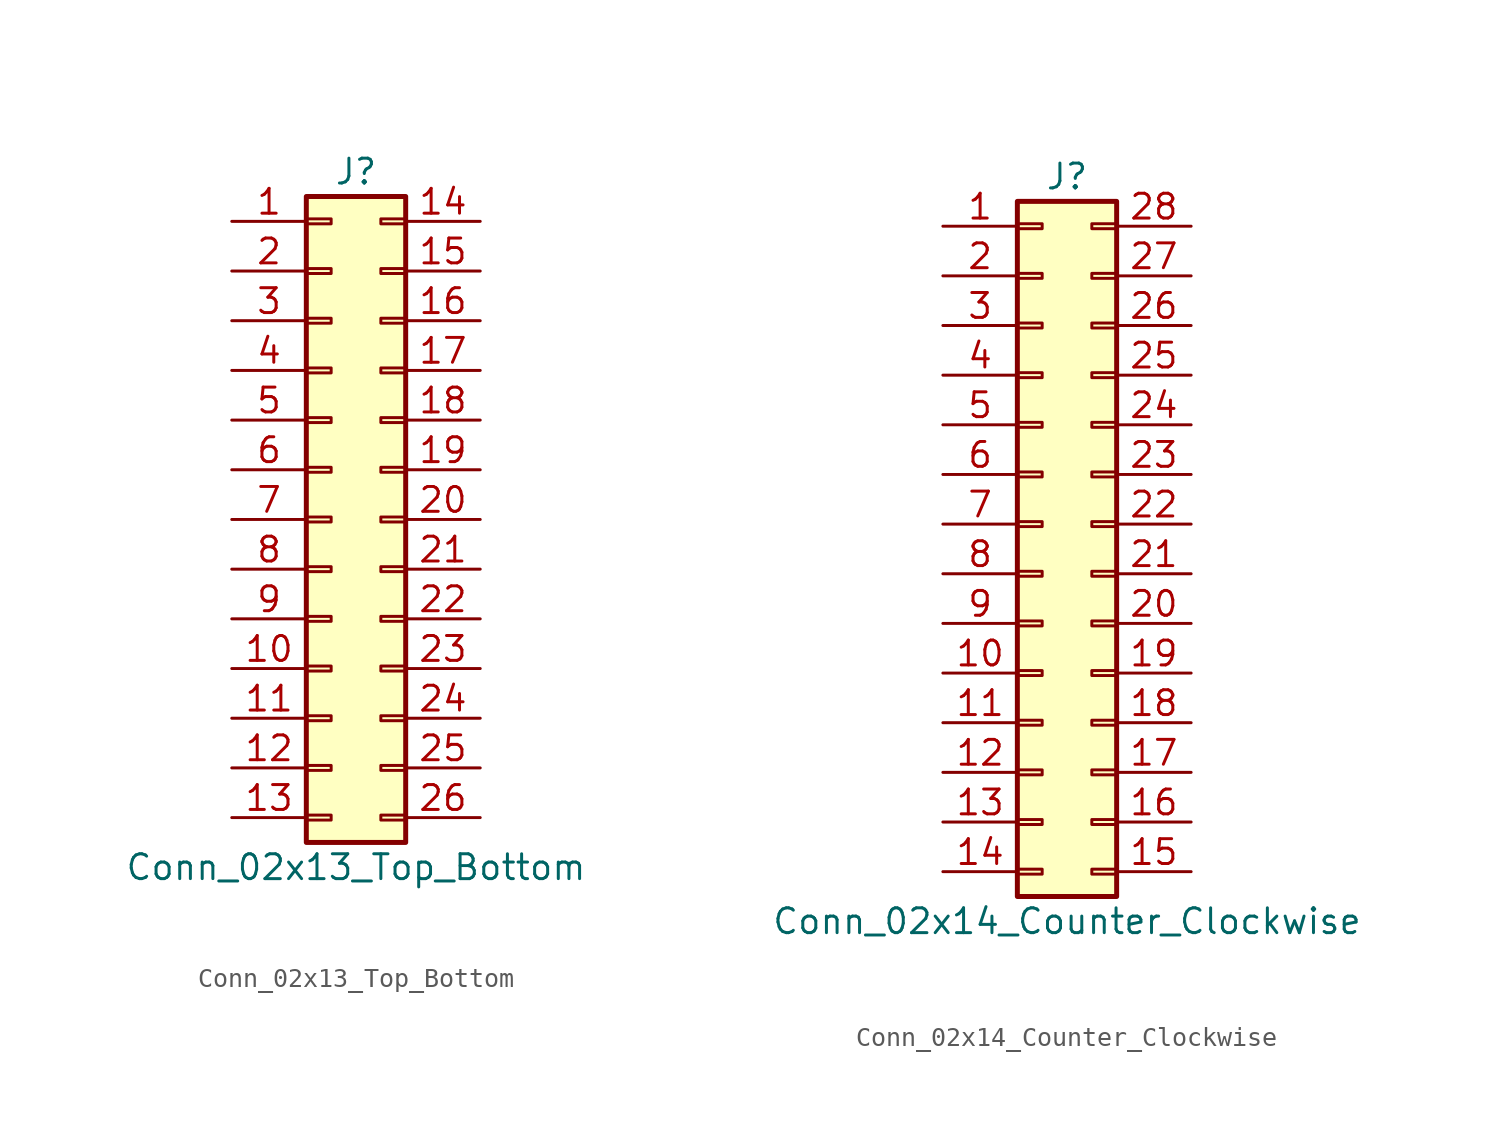
<source format=kicad_sym>
(kicad_symbol_lib
  (version 20201005)
  (generator kicad_symbol_editor)
  (symbol "Conn_02x13_Top_Bottom"
    (pin_names
      (offset 1.016) hide)
    (property "Reference" "J"
      (at 1.27 17.78 0)
      (effects (font (size 1.27 1.27))))
    (property "Value" "Conn_02x13_Top_Bottom"
      (at 1.27 -17.78 0)
      (effects (font (size 1.27 1.27))))
    (symbol "Conn_02x13_Top_Bottom_1_1"
      (rectangle (start -1.27 -15.113) (end 0 -15.367) (stroke (width 0.152)) (fill (type none)))
      (rectangle (start -1.27 -12.573) (end 0 -12.827) (stroke (width 0.152)) (fill (type none)))
      (rectangle (start -1.27 -10.033) (end 0 -10.287) (stroke (width 0.152)) (fill (type none)))
      (rectangle (start -1.27 -7.493) (end 0 -7.747) (stroke (width 0.152)) (fill (type none)))
      (rectangle (start -1.27 -4.953) (end 0 -5.207) (stroke (width 0.152)) (fill (type none)))
      (rectangle (start -1.27 -2.413) (end 0 -2.667) (stroke (width 0.152)) (fill (type none)))
      (rectangle (start -1.27 0.127) (end 0 -0.127) (stroke (width 0.152)) (fill (type none)))
      (rectangle (start -1.27 2.667) (end 0 2.413) (stroke (width 0.152)) (fill (type none)))
      (rectangle (start -1.27 5.207) (end 0 4.953) (stroke (width 0.152)) (fill (type none)))
      (rectangle (start -1.27 7.747) (end 0 7.493) (stroke (width 0.152)) (fill (type none)))
      (rectangle (start -1.27 10.287) (end 0 10.033) (stroke (width 0.152)) (fill (type none)))
      (rectangle (start -1.27 12.827) (end 0 12.573) (stroke (width 0.152)) (fill (type none)))
      (rectangle (start -1.27 15.367) (end 0 15.113) (stroke (width 0.152)) (fill (type none)))
      (rectangle (start 3.81 -15.113) (end 2.54 -15.367) (stroke (width 0.152)) (fill (type none)))
      (rectangle (start 3.81 -12.573) (end 2.54 -12.827) (stroke (width 0.152)) (fill (type none)))
      (rectangle (start 3.81 -10.033) (end 2.54 -10.287) (stroke (width 0.152)) (fill (type none)))
      (rectangle (start 3.81 -7.493) (end 2.54 -7.747) (stroke (width 0.152)) (fill (type none)))
      (rectangle (start 3.81 -4.953) (end 2.54 -5.207) (stroke (width 0.152)) (fill (type none)))
      (rectangle (start 3.81 -2.413) (end 2.54 -2.667) (stroke (width 0.152)) (fill (type none)))
      (rectangle (start 3.81 0.127) (end 2.54 -0.127) (stroke (width 0.152)) (fill (type none)))
      (rectangle (start 3.81 2.667) (end 2.54 2.413) (stroke (width 0.152)) (fill (type none)))
      (rectangle (start 3.81 5.207) (end 2.54 4.953) (stroke (width 0.152)) (fill (type none)))
      (rectangle (start 3.81 7.747) (end 2.54 7.493) (stroke (width 0.152)) (fill (type none)))
      (rectangle (start 3.81 10.287) (end 2.54 10.033) (stroke (width 0.152)) (fill (type none)))
      (rectangle (start 3.81 12.827) (end 2.54 12.573) (stroke (width 0.152)) (fill (type none)))
      (rectangle (start 3.81 15.367) (end 2.54 15.113) (stroke (width 0.152)) (fill (type none)))
      (rectangle (start -1.27 16.51) (end 3.81 -16.51) (stroke (width 0.254)) (fill (type background)))
      (pin passive line (at -5.08 15.24 0) (length 3.81) (name "Pin_1" (effects (font (size 1.27 1.27)))) (number "1" (effects (font (size 1.27 1.27)))))
      (pin passive line (at -5.08 -7.62 0) (length 3.81) (name "Pin_10" (effects (font (size 1.27 1.27)))) (number "10" (effects (font (size 1.27 1.27)))))
      (pin passive line (at -5.08 -10.16 0) (length 3.81) (name "Pin_11" (effects (font (size 1.27 1.27)))) (number "11" (effects (font (size 1.27 1.27)))))
      (pin passive line (at -5.08 -12.7 0) (length 3.81) (name "Pin_12" (effects (font (size 1.27 1.27)))) (number "12" (effects (font (size 1.27 1.27)))))
      (pin passive line (at -5.08 -15.24 0) (length 3.81) (name "Pin_13" (effects (font (size 1.27 1.27)))) (number "13" (effects (font (size 1.27 1.27)))))
      (pin passive line (at 7.62 15.24 180) (length 3.81) (name "Pin_14" (effects (font (size 1.27 1.27)))) (number "14" (effects (font (size 1.27 1.27)))))
      (pin passive line (at 7.62 12.7 180) (length 3.81) (name "Pin_15" (effects (font (size 1.27 1.27)))) (number "15" (effects (font (size 1.27 1.27)))))
      (pin passive line (at 7.62 10.16 180) (length 3.81) (name "Pin_16" (effects (font (size 1.27 1.27)))) (number "16" (effects (font (size 1.27 1.27)))))
      (pin passive line (at 7.62 7.62 180) (length 3.81) (name "Pin_17" (effects (font (size 1.27 1.27)))) (number "17" (effects (font (size 1.27 1.27)))))
      (pin passive line (at 7.62 5.08 180) (length 3.81) (name "Pin_18" (effects (font (size 1.27 1.27)))) (number "18" (effects (font (size 1.27 1.27)))))
      (pin passive line (at 7.62 2.54 180) (length 3.81) (name "Pin_19" (effects (font (size 1.27 1.27)))) (number "19" (effects (font (size 1.27 1.27)))))
      (pin passive line (at -5.08 12.7 0) (length 3.81) (name "Pin_2" (effects (font (size 1.27 1.27)))) (number "2" (effects (font (size 1.27 1.27)))))
      (pin passive line (at 7.62 0 180) (length 3.81) (name "Pin_20" (effects (font (size 1.27 1.27)))) (number "20" (effects (font (size 1.27 1.27)))))
      (pin passive line (at 7.62 -2.54 180) (length 3.81) (name "Pin_21" (effects (font (size 1.27 1.27)))) (number "21" (effects (font (size 1.27 1.27)))))
      (pin passive line (at 7.62 -5.08 180) (length 3.81) (name "Pin_22" (effects (font (size 1.27 1.27)))) (number "22" (effects (font (size 1.27 1.27)))))
      (pin passive line (at 7.62 -7.62 180) (length 3.81) (name "Pin_23" (effects (font (size 1.27 1.27)))) (number "23" (effects (font (size 1.27 1.27)))))
      (pin passive line (at 7.62 -10.16 180) (length 3.81) (name "Pin_24" (effects (font (size 1.27 1.27)))) (number "24" (effects (font (size 1.27 1.27)))))
      (pin passive line (at 7.62 -12.7 180) (length 3.81) (name "Pin_25" (effects (font (size 1.27 1.27)))) (number "25" (effects (font (size 1.27 1.27)))))
      (pin passive line (at 7.62 -15.24 180) (length 3.81) (name "Pin_26" (effects (font (size 1.27 1.27)))) (number "26" (effects (font (size 1.27 1.27)))))
      (pin passive line (at -5.08 10.16 0) (length 3.81) (name "Pin_3" (effects (font (size 1.27 1.27)))) (number "3" (effects (font (size 1.27 1.27)))))
      (pin passive line (at -5.08 7.62 0) (length 3.81) (name "Pin_4" (effects (font (size 1.27 1.27)))) (number "4" (effects (font (size 1.27 1.27)))))
      (pin passive line (at -5.08 5.08 0) (length 3.81) (name "Pin_5" (effects (font (size 1.27 1.27)))) (number "5" (effects (font (size 1.27 1.27)))))
      (pin passive line (at -5.08 2.54 0) (length 3.81) (name "Pin_6" (effects (font (size 1.27 1.27)))) (number "6" (effects (font (size 1.27 1.27)))))
      (pin passive line (at -5.08 0 0) (length 3.81) (name "Pin_7" (effects (font (size 1.27 1.27)))) (number "7" (effects (font (size 1.27 1.27)))))
      (pin passive line (at -5.08 -2.54 0) (length 3.81) (name "Pin_8" (effects (font (size 1.27 1.27)))) (number "8" (effects (font (size 1.27 1.27)))))
      (pin passive line (at -5.08 -5.08 0) (length 3.81) (name "Pin_9" (effects (font (size 1.27 1.27)))) (number "9" (effects (font (size 1.27 1.27)))))))
  (symbol "Conn_02x14_Counter_Clockwise"
    (pin_names
      (offset 1.016) hide)
    (property "Reference" "J"
      (at 1.27 17.78 0)
      (effects (font (size 1.27 1.27))))
    (property "Value" "Conn_02x14_Counter_Clockwise"
      (at 1.27 -20.32 0)
      (effects (font (size 1.27 1.27))))
    (symbol "Conn_02x14_Counter_Clockwise_1_1"
      (rectangle (start -1.27 -17.653) (end 0 -17.907) (stroke (width 0.152)) (fill (type none)))
      (rectangle (start -1.27 -15.113) (end 0 -15.367) (stroke (width 0.152)) (fill (type none)))
      (rectangle (start -1.27 -12.573) (end 0 -12.827) (stroke (width 0.152)) (fill (type none)))
      (rectangle (start -1.27 -10.033) (end 0 -10.287) (stroke (width 0.152)) (fill (type none)))
      (rectangle (start -1.27 -7.493) (end 0 -7.747) (stroke (width 0.152)) (fill (type none)))
      (rectangle (start -1.27 -4.953) (end 0 -5.207) (stroke (width 0.152)) (fill (type none)))
      (rectangle (start -1.27 -2.413) (end 0 -2.667) (stroke (width 0.152)) (fill (type none)))
      (rectangle (start -1.27 0.127) (end 0 -0.127) (stroke (width 0.152)) (fill (type none)))
      (rectangle (start -1.27 2.667) (end 0 2.413) (stroke (width 0.152)) (fill (type none)))
      (rectangle (start -1.27 5.207) (end 0 4.953) (stroke (width 0.152)) (fill (type none)))
      (rectangle (start -1.27 7.747) (end 0 7.493) (stroke (width 0.152)) (fill (type none)))
      (rectangle (start -1.27 10.287) (end 0 10.033) (stroke (width 0.152)) (fill (type none)))
      (rectangle (start -1.27 12.827) (end 0 12.573) (stroke (width 0.152)) (fill (type none)))
      (rectangle (start -1.27 15.367) (end 0 15.113) (stroke (width 0.152)) (fill (type none)))
      (rectangle (start 3.81 -17.653) (end 2.54 -17.907) (stroke (width 0.152)) (fill (type none)))
      (rectangle (start 3.81 -15.113) (end 2.54 -15.367) (stroke (width 0.152)) (fill (type none)))
      (rectangle (start 3.81 -12.573) (end 2.54 -12.827) (stroke (width 0.152)) (fill (type none)))
      (rectangle (start 3.81 -10.033) (end 2.54 -10.287) (stroke (width 0.152)) (fill (type none)))
      (rectangle (start 3.81 -7.493) (end 2.54 -7.747) (stroke (width 0.152)) (fill (type none)))
      (rectangle (start 3.81 -4.953) (end 2.54 -5.207) (stroke (width 0.152)) (fill (type none)))
      (rectangle (start 3.81 -2.413) (end 2.54 -2.667) (stroke (width 0.152)) (fill (type none)))
      (rectangle (start 3.81 0.127) (end 2.54 -0.127) (stroke (width 0.152)) (fill (type none)))
      (rectangle (start 3.81 2.667) (end 2.54 2.413) (stroke (width 0.152)) (fill (type none)))
      (rectangle (start 3.81 5.207) (end 2.54 4.953) (stroke (width 0.152)) (fill (type none)))
      (rectangle (start 3.81 7.747) (end 2.54 7.493) (stroke (width 0.152)) (fill (type none)))
      (rectangle (start 3.81 10.287) (end 2.54 10.033) (stroke (width 0.152)) (fill (type none)))
      (rectangle (start 3.81 12.827) (end 2.54 12.573) (stroke (width 0.152)) (fill (type none)))
      (rectangle (start 3.81 15.367) (end 2.54 15.113) (stroke (width 0.152)) (fill (type none)))
      (rectangle (start -1.27 16.51) (end 3.81 -19.05) (stroke (width 0.254)) (fill (type background)))
      (pin passive line (at -5.08 15.24 0) (length 3.81) (name "Pin_1" (effects (font (size 1.27 1.27)))) (number "1" (effects (font (size 1.27 1.27)))))
      (pin passive line (at -5.08 -7.62 0) (length 3.81) (name "Pin_10" (effects (font (size 1.27 1.27)))) (number "10" (effects (font (size 1.27 1.27)))))
      (pin passive line (at -5.08 -10.16 0) (length 3.81) (name "Pin_11" (effects (font (size 1.27 1.27)))) (number "11" (effects (font (size 1.27 1.27)))))
      (pin passive line (at -5.08 -12.7 0) (length 3.81) (name "Pin_12" (effects (font (size 1.27 1.27)))) (number "12" (effects (font (size 1.27 1.27)))))
      (pin passive line (at -5.08 -15.24 0) (length 3.81) (name "Pin_13" (effects (font (size 1.27 1.27)))) (number "13" (effects (font (size 1.27 1.27)))))
      (pin passive line (at -5.08 -17.78 0) (length 3.81) (name "Pin_14" (effects (font (size 1.27 1.27)))) (number "14" (effects (font (size 1.27 1.27)))))
      (pin passive line (at 7.62 -17.78 180) (length 3.81) (name "Pin_15" (effects (font (size 1.27 1.27)))) (number "15" (effects (font (size 1.27 1.27)))))
      (pin passive line (at 7.62 -15.24 180) (length 3.81) (name "Pin_16" (effects (font (size 1.27 1.27)))) (number "16" (effects (font (size 1.27 1.27)))))
      (pin passive line (at 7.62 -12.7 180) (length 3.81) (name "Pin_17" (effects (font (size 1.27 1.27)))) (number "17" (effects (font (size 1.27 1.27)))))
      (pin passive line (at 7.62 -10.16 180) (length 3.81) (name "Pin_18" (effects (font (size 1.27 1.27)))) (number "18" (effects (font (size 1.27 1.27)))))
      (pin passive line (at 7.62 -7.62 180) (length 3.81) (name "Pin_19" (effects (font (size 1.27 1.27)))) (number "19" (effects (font (size 1.27 1.27)))))
      (pin passive line (at -5.08 12.7 0) (length 3.81) (name "Pin_2" (effects (font (size 1.27 1.27)))) (number "2" (effects (font (size 1.27 1.27)))))
      (pin passive line (at 7.62 -5.08 180) (length 3.81) (name "Pin_20" (effects (font (size 1.27 1.27)))) (number "20" (effects (font (size 1.27 1.27)))))
      (pin passive line (at 7.62 -2.54 180) (length 3.81) (name "Pin_21" (effects (font (size 1.27 1.27)))) (number "21" (effects (font (size 1.27 1.27)))))
      (pin passive line (at 7.62 0 180) (length 3.81) (name "Pin_22" (effects (font (size 1.27 1.27)))) (number "22" (effects (font (size 1.27 1.27)))))
      (pin passive line (at 7.62 2.54 180) (length 3.81) (name "Pin_23" (effects (font (size 1.27 1.27)))) (number "23" (effects (font (size 1.27 1.27)))))
      (pin passive line (at 7.62 5.08 180) (length 3.81) (name "Pin_24" (effects (font (size 1.27 1.27)))) (number "24" (effects (font (size 1.27 1.27)))))
      (pin passive line (at 7.62 7.62 180) (length 3.81) (name "Pin_25" (effects (font (size 1.27 1.27)))) (number "25" (effects (font (size 1.27 1.27)))))
      (pin passive line (at 7.62 10.16 180) (length 3.81) (name "Pin_26" (effects (font (size 1.27 1.27)))) (number "26" (effects (font (size 1.27 1.27)))))
      (pin passive line (at 7.62 12.7 180) (length 3.81) (name "Pin_27" (effects (font (size 1.27 1.27)))) (number "27" (effects (font (size 1.27 1.27)))))
      (pin passive line (at 7.62 15.24 180) (length 3.81) (name "Pin_28" (effects (font (size 1.27 1.27)))) (number "28" (effects (font (size 1.27 1.27)))))
      (pin passive line (at -5.08 10.16 0) (length 3.81) (name "Pin_3" (effects (font (size 1.27 1.27)))) (number "3" (effects (font (size 1.27 1.27)))))
      (pin passive line (at -5.08 7.62 0) (length 3.81) (name "Pin_4" (effects (font (size 1.27 1.27)))) (number "4" (effects (font (size 1.27 1.27)))))
      (pin passive line (at -5.08 5.08 0) (length 3.81) (name "Pin_5" (effects (font (size 1.27 1.27)))) (number "5" (effects (font (size 1.27 1.27)))))
      (pin passive line (at -5.08 2.54 0) (length 3.81) (name "Pin_6" (effects (font (size 1.27 1.27)))) (number "6" (effects (font (size 1.27 1.27)))))
      (pin passive line (at -5.08 0 0) (length 3.81) (name "Pin_7" (effects (font (size 1.27 1.27)))) (number "7" (effects (font (size 1.27 1.27)))))
      (pin passive line (at -5.08 -2.54 0) (length 3.81) (name "Pin_8" (effects (font (size 1.27 1.27)))) (number "8" (effects (font (size 1.27 1.27)))))
      (pin passive line (at -5.08 -5.08 0) (length 3.81) (name "Pin_9" (effects (font (size 1.27 1.27)))) (number "9" (effects (font (size 1.27 1.27))))))))
</source>
